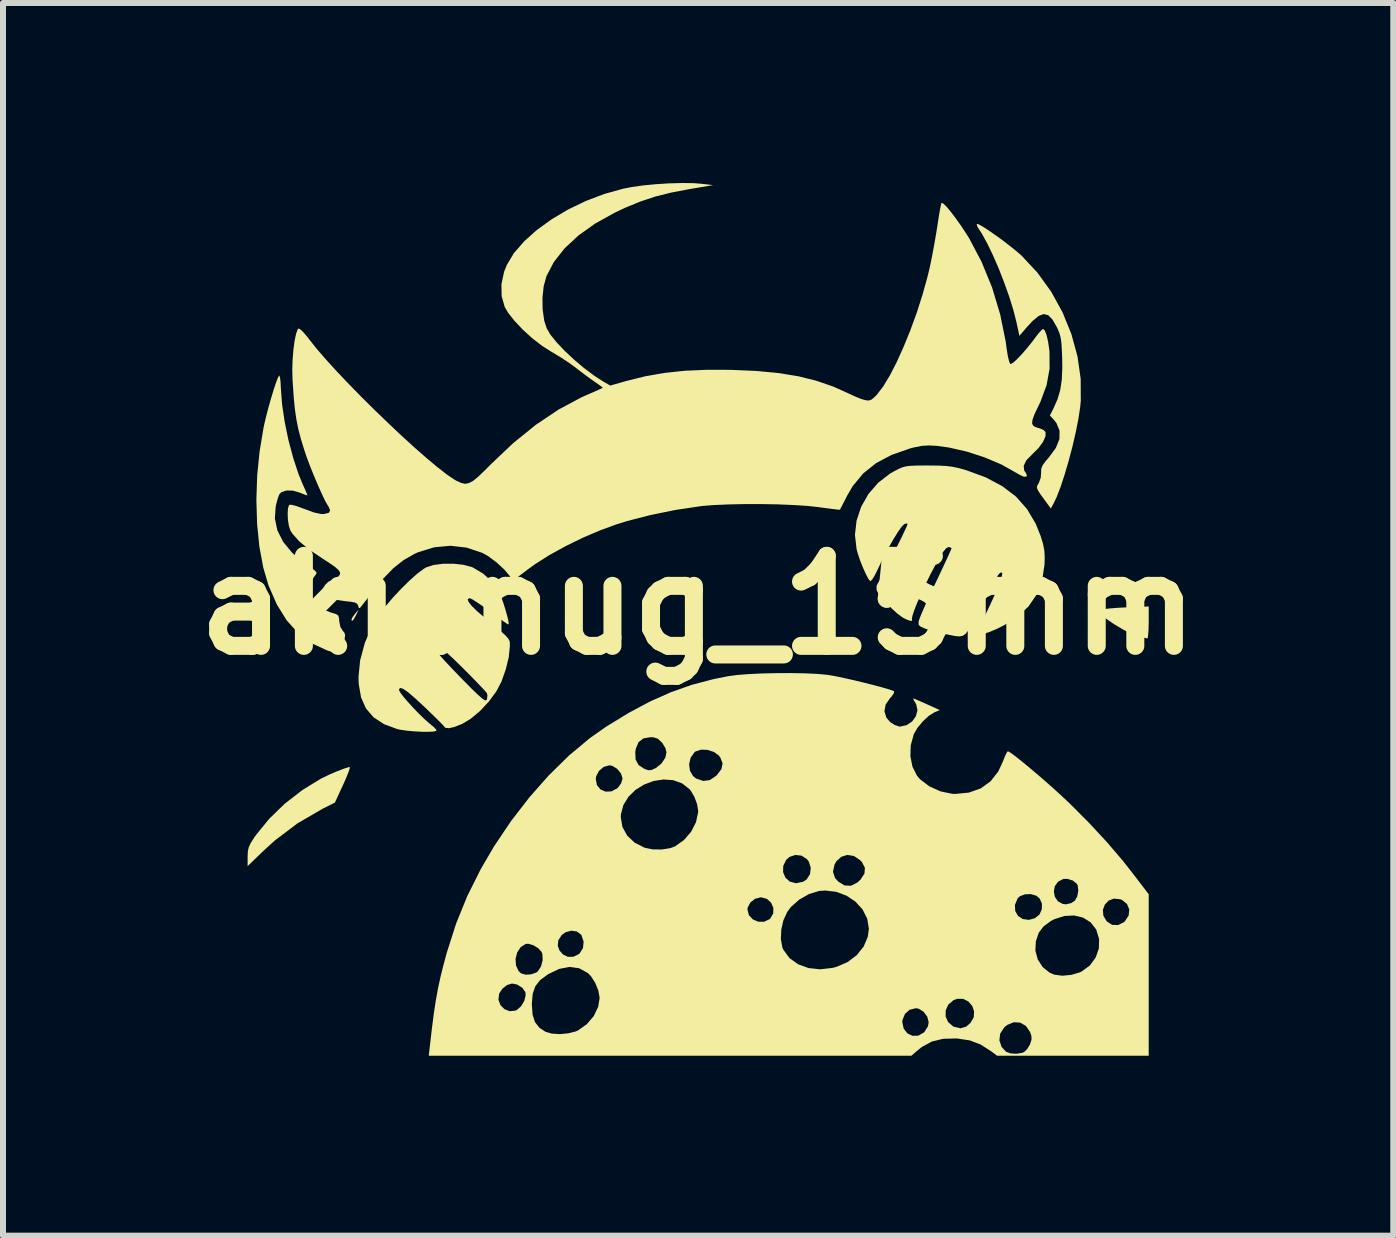
<source format=kicad_pcb>
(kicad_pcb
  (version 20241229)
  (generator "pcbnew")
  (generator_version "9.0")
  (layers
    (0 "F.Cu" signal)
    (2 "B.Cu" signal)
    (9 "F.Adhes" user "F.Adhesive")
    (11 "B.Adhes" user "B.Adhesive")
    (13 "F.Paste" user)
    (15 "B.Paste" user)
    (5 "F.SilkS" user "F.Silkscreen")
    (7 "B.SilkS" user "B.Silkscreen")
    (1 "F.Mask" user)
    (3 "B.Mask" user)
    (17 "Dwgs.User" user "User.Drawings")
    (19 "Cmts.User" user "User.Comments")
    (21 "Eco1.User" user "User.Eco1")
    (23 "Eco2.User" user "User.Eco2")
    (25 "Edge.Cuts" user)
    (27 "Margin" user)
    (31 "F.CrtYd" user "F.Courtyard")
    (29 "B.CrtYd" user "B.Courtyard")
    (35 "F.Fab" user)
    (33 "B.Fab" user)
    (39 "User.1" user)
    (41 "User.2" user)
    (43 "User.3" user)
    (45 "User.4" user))
  (footprint "akisnug_15mm"
    (layer "F.Cu")
    (at 8.586 7.036)
    (property "Reference" "akisnug_15mm" (at 0 0 0) (layer "F.SilkS") (effects (font (size 1.5 1.5) (thickness 0.3))))
    (attr board_only exclude_from_pos_files exclude_from_bom)
    (fp_poly (pts (xy -5.704 0.169) (xy -5.744 0.241) (xy -5.77 0.263) (xy -5.778 0.238) (xy -5.76 0.199) (xy -5.718 0.143) (xy -5.718 0.143) (xy -5.658 0.073)) (stroke (width 0) (type solid)) (fill yes) (layer "F.SilkS"))
    (fp_poly (pts (xy 7.509 0.289) (xy 7.506 0.406) (xy 7.5 0.497) (xy 7.492 0.548) (xy 7.487 0.555) (xy 7.448 0.546) (xy 7.372 0.527) (xy 7.309 0.51) (xy 7.206 0.47) (xy 7.074 0.402) (xy 6.93 0.315) (xy 6.888 0.287) (xy 6.773 0.208) (xy 6.7 0.154) (xy 6.665 0.12) (xy 6.66 0.099) (xy 6.68 0.084) (xy 6.691 0.079) (xy 6.747 0.067) (xy 6.846 0.056) (xy 6.977 0.045) (xy 7.125 0.037) (xy 7.135 0.037) (xy 7.509 0.022)) (stroke (width 0) (type solid)) (fill yes) (layer "F.SilkS"))
    (fp_poly (pts (xy -5.808 2.723) (xy -5.831 2.79) (xy -5.871 2.889) (xy -5.918 2.995) (xy -6.055 3.291) (xy -6.261 3.394) (xy -6.675 3.634) (xy -7.056 3.922) (xy -7.232 4.082) (xy -7.509 4.349) (xy -7.509 4.188) (xy -7.505 4.103) (xy -7.49 4.034) (xy -7.456 3.962) (xy -7.397 3.869) (xy -7.365 3.825) (xy -7.148 3.559) (xy -6.887 3.306) (xy -6.596 3.081) (xy -6.291 2.894) (xy -6.255 2.876) (xy -6.137 2.819) (xy -6.017 2.768) (xy -5.91 2.727) (xy -5.832 2.702) (xy -5.806 2.698)) (stroke (width 0) (type solid)) (fill yes) (layer "F.SilkS"))
    (fp_poly (pts (xy 4.675 -6.347) (xy 4.742 -6.31) (xy 4.837 -6.249) (xy 4.949 -6.171) (xy 5.07 -6.084) (xy 5.189 -5.992) (xy 5.298 -5.905) (xy 5.388 -5.827) (xy 5.392 -5.823) (xy 5.655 -5.541) (xy 5.884 -5.224) (xy 6.073 -4.88) (xy 6.22 -4.519) (xy 6.322 -4.147) (xy 6.375 -3.774) (xy 6.377 -3.408) (xy 6.367 -3.3) (xy 6.337 -3.104) (xy 6.293 -2.881) (xy 6.238 -2.644) (xy 6.175 -2.406) (xy 6.108 -2.178) (xy 6.041 -1.973) (xy 5.976 -1.805) (xy 5.93 -1.707) (xy 5.878 -1.611) (xy 5.777 -1.749) (xy 5.704 -1.849) (xy 5.662 -1.915) (xy 5.646 -1.958) (xy 5.651 -1.993) (xy 5.674 -2.031) (xy 5.677 -2.036) (xy 5.709 -2.121) (xy 5.716 -2.209) (xy 5.717 -2.271) (xy 5.74 -2.33) (xy 5.792 -2.402) (xy 5.845 -2.463) (xy 5.961 -2.62) (xy 6.021 -2.769) (xy 6.023 -2.909) (xy 5.969 -3.039) (xy 5.922 -3.097) (xy 5.862 -3.161) (xy 5.92 -3.275) (xy 5.988 -3.429) (xy 6.034 -3.584) (xy 6.06 -3.755) (xy 6.069 -3.958) (xy 6.067 -4.102) (xy 6.061 -4.262) (xy 6.053 -4.378) (xy 6.04 -4.465) (xy 6.02 -4.537) (xy 5.99 -4.609) (xy 5.976 -4.637) (xy 5.905 -4.761) (xy 5.834 -4.833) (xy 5.758 -4.852) (xy 5.672 -4.819) (xy 5.57 -4.733) (xy 5.48 -4.636) (xy 5.354 -4.489) (xy 5.304 -4.719) (xy 5.254 -4.916) (xy 5.185 -5.139) (xy 5.101 -5.375) (xy 5.009 -5.611) (xy 4.912 -5.834) (xy 4.816 -6.033) (xy 4.727 -6.194) (xy 4.686 -6.256) (xy 4.651 -6.315) (xy 4.642 -6.352) (xy 4.644 -6.355)) (stroke (width 0) (type solid)) (fill yes) (layer "F.SilkS"))
    (fp_poly (pts (xy -6.969 -3.794) (xy -6.96 -3.718) (xy -6.955 -3.616) (xy -6.955 -3.616) (xy -6.935 -3.352) (xy -6.892 -3.058) (xy -6.829 -2.753) (xy -6.75 -2.456) (xy -6.661 -2.186) (xy -6.596 -2.027) (xy -6.554 -1.933) (xy -6.524 -1.863) (xy -6.511 -1.831) (xy -6.511 -1.83) (xy -6.535 -1.835) (xy -6.596 -1.858) (xy -6.636 -1.874) (xy -6.755 -1.909) (xy -6.864 -1.911) (xy -6.947 -1.883) (xy -6.981 -1.847) (xy -7.004 -1.788) (xy -7.029 -1.697) (xy -7.041 -1.646) (xy -7.055 -1.445) (xy -7.013 -1.246) (xy -6.916 -1.054) (xy -6.767 -0.873) (xy -6.568 -0.706) (xy -6.545 -0.69) (xy -6.445 -0.621) (xy -6.386 -0.575) (xy -6.361 -0.544) (xy -6.365 -0.519) (xy -6.389 -0.489) (xy -6.392 -0.486) (xy -6.471 -0.367) (xy -6.496 -0.246) (xy -6.469 -0.129) (xy -6.393 -0.023) (xy -6.273 0.064) (xy -6.122 0.122) (xy -6.039 0.147) (xy -5.998 0.174) (xy -5.985 0.219) (xy -5.983 0.261) (xy -5.964 0.361) (xy -5.926 0.423) (xy -5.896 0.46) (xy -5.884 0.497) (xy -5.891 0.552) (xy -5.916 0.644) (xy -5.919 0.653) (xy -5.948 0.741) (xy -5.971 0.802) (xy -5.983 0.819) (xy -6.016 0.81) (xy -6.089 0.786) (xy -6.187 0.752) (xy -6.191 0.751) (xy -6.442 0.635) (xy -6.663 0.47) (xy -6.856 0.256) (xy -7.021 -0.009) (xy -7.159 -0.325) (xy -7.16 -0.326) (xy -7.249 -0.63) (xy -7.313 -0.975) (xy -7.351 -1.352) (xy -7.363 -1.75) (xy -7.35 -2.158) (xy -7.309 -2.565) (xy -7.243 -2.961) (xy -7.23 -3.021) (xy -7.197 -3.16) (xy -7.158 -3.308) (xy -7.116 -3.455) (xy -7.075 -3.591) (xy -7.037 -3.705) (xy -7.006 -3.787) (xy -6.985 -3.826) (xy -6.981 -3.828)) (stroke (width 0) (type solid)) (fill yes) (layer "F.SilkS"))
    (fp_poly (pts (xy -3.915 -0.673) (xy -3.776 -0.637) (xy -3.751 -0.626) (xy -3.581 -0.524) (xy -3.435 -0.391) (xy -3.329 -0.242) (xy -3.323 -0.23) (xy -3.288 -0.149) (xy -3.25 -0.046) (xy -3.215 0.065) (xy -3.185 0.171) (xy -3.164 0.257) (xy -3.157 0.311) (xy -3.162 0.322) (xy -3.192 0.306) (xy -3.259 0.26) (xy -3.353 0.193) (xy -3.465 0.11) (xy -3.475 0.102) (xy -3.59 0.018) (xy -3.691 -0.051) (xy -3.766 -0.098) (xy -3.806 -0.117) (xy -3.807 -0.117) (xy -3.841 -0.101) (xy -3.828 -0.056) (xy -3.773 0.014) (xy -3.678 0.106) (xy -3.637 0.141) (xy -3.475 0.276) (xy -3.353 0.379) (xy -3.264 0.456) (xy -3.204 0.512) (xy -3.167 0.555) (xy -3.147 0.589) (xy -3.139 0.62) (xy -3.139 0.655) (xy -3.139 0.684) (xy -3.156 0.865) (xy -3.206 1.068) (xy -3.278 1.273) (xy -3.365 1.439) (xy -3.49 1.608) (xy -3.638 1.766) (xy -3.796 1.897) (xy -3.932 1.978) (xy -4.059 2.029) (xy -4.156 2.051) (xy -4.216 2.043) (xy -4.228 2.029) (xy -4.252 2.001) (xy -4.311 1.94) (xy -4.397 1.855) (xy -4.503 1.752) (xy -4.567 1.691) (xy -4.717 1.552) (xy -4.83 1.455) (xy -4.911 1.398) (xy -4.961 1.379) (xy -4.984 1.397) (xy -4.986 1.415) (xy -4.966 1.455) (xy -4.913 1.525) (xy -4.836 1.615) (xy -4.745 1.715) (xy -4.649 1.814) (xy -4.557 1.903) (xy -4.479 1.971) (xy -4.47 1.978) (xy -4.403 2.034) (xy -4.365 2.077) (xy -4.361 2.093) (xy -4.404 2.105) (xy -4.489 2.111) (xy -4.603 2.11) (xy -4.73 2.103) (xy -4.855 2.092) (xy -4.964 2.076) (xy -5.015 2.065) (xy -5.236 1.983) (xy -5.409 1.87) (xy -5.536 1.723) (xy -5.618 1.539) (xy -5.657 1.315) (xy -5.661 1.202) (xy -5.634 0.919) (xy -5.575 0.702) (xy -4.383 0.702) (xy -4.379 0.733) (xy -4.341 0.791) (xy -4.337 0.798) (xy -4.294 0.849) (xy -4.218 0.934) (xy -4.118 1.041) (xy -4.001 1.163) (xy -3.906 1.26) (xy -3.775 1.392) (xy -3.678 1.486) (xy -3.61 1.547) (xy -3.566 1.58) (xy -3.539 1.588) (xy -3.524 1.576) (xy -3.52 1.569) (xy -3.512 1.502) (xy -3.521 1.467) (xy -3.549 1.432) (xy -3.612 1.365) (xy -3.702 1.271) (xy -3.812 1.158) (xy -3.926 1.044) (xy -4.074 0.899) (xy -4.188 0.794) (xy -4.269 0.725) (xy -4.324 0.69) (xy -4.355 0.685) (xy -4.383 0.702) (xy -5.575 0.702) (xy -5.555 0.627) (xy -5.428 0.335) (xy -5.395 0.275) (xy -5.317 0.156) (xy -5.21 0.018) (xy -5.084 -0.13) (xy -4.947 -0.276) (xy -4.81 -0.411) (xy -4.683 -0.524) (xy -4.575 -0.605) (xy -4.531 -0.631) (xy -4.409 -0.67) (xy -4.252 -0.69) (xy -4.08 -0.691)) (stroke (width 0) (type solid)) (fill yes) (layer "F.SilkS"))
    (fp_poly (pts (xy 3.998 -2.326) (xy 4.128 -2.32) (xy 4.237 -2.307) (xy 4.342 -2.285) (xy 4.462 -2.251) (xy 4.472 -2.248) (xy 4.797 -2.128) (xy 5.071 -1.982) (xy 5.299 -1.807) (xy 5.482 -1.6) (xy 5.625 -1.359) (xy 5.707 -1.155) (xy 5.748 -1.022) (xy 5.769 -0.912) (xy 5.776 -0.796) (xy 5.772 -0.675) (xy 5.733 -0.414) (xy 5.644 -0.181) (xy 5.504 0.023) (xy 5.312 0.2) (xy 5.103 0.332) (xy 4.978 0.395) (xy 4.857 0.446) (xy 4.753 0.481) (xy 4.678 0.497) (xy 4.647 0.492) (xy 4.652 0.46) (xy 4.679 0.389) (xy 4.723 0.292) (xy 4.746 0.245) (xy 4.832 0.067) (xy 4.912 -0.105) (xy 4.98 -0.26) (xy 5.031 -0.388) (xy 5.06 -0.475) (xy 5.06 -0.477) (xy 5.069 -0.533) (xy 5.052 -0.545) (xy 5.032 -0.539) (xy 5.004 -0.508) (xy 4.956 -0.433) (xy 4.891 -0.321) (xy 4.815 -0.181) (xy 4.733 -0.022) (xy 4.72 0.004) (xy 4.63 0.185) (xy 4.561 0.321) (xy 4.505 0.416) (xy 4.457 0.478) (xy 4.408 0.511) (xy 4.351 0.521) (xy 4.28 0.514) (xy 4.186 0.495) (xy 4.121 0.482) (xy 3.995 0.454) (xy 3.871 0.42) (xy 3.788 0.393) (xy 3.711 0.36) (xy 3.676 0.33) (xy 3.673 0.286) (xy 3.677 0.261) (xy 3.695 0.21) (xy 3.734 0.115) (xy 3.79 -0.013) (xy 3.86 -0.167) (xy 3.939 -0.335) (xy 3.959 -0.376) (xy 4.038 -0.542) (xy 4.107 -0.69) (xy 4.164 -0.812) (xy 4.203 -0.9) (xy 4.222 -0.945) (xy 4.224 -0.949) (xy 4.199 -0.965) (xy 4.17 -0.968) (xy 4.133 -0.948) (xy 4.082 -0.887) (xy 4.014 -0.778) (xy 3.952 -0.667) (xy 3.869 -0.51) (xy 3.789 -0.347) (xy 3.715 -0.187) (xy 3.651 -0.041) (xy 3.602 0.083) (xy 3.571 0.176) (xy 3.562 0.229) (xy 3.564 0.235) (xy 3.565 0.261) (xy 3.527 0.259) (xy 3.46 0.233) (xy 3.405 0.203) (xy 3.323 0.143) (xy 3.23 0.059) (xy 3.136 -0.036) (xy 3.053 -0.129) (xy 2.995 -0.209) (xy 2.974 -0.252) (xy 2.973 -0.32) (xy 2.99 -0.358) (xy 3.014 -0.397) (xy 3.058 -0.477) (xy 3.116 -0.587) (xy 3.184 -0.718) (xy 3.255 -0.858) (xy 3.325 -0.999) (xy 3.389 -1.128) (xy 3.441 -1.238) (xy 3.477 -1.316) (xy 3.49 -1.352) (xy 3.49 -1.353) (xy 3.469 -1.364) (xy 3.434 -1.35) (xy 3.393 -1.31) (xy 3.333 -1.226) (xy 3.26 -1.109) (xy 3.18 -0.968) (xy 3.098 -0.815) (xy 3.021 -0.657) (xy 2.992 -0.595) (xy 2.944 -0.498) (xy 2.901 -0.429) (xy 2.872 -0.4) (xy 2.867 -0.401) (xy 2.835 -0.441) (xy 2.793 -0.522) (xy 2.745 -0.629) (xy 2.698 -0.748) (xy 2.659 -0.864) (xy 2.64 -0.935) (xy 2.613 -1.172) (xy 2.64 -1.409) (xy 2.716 -1.639) (xy 2.838 -1.853) (xy 3 -2.04) (xy 3.198 -2.193) (xy 3.263 -2.23) (xy 3.339 -2.27) (xy 3.402 -2.297) (xy 3.466 -2.314) (xy 3.545 -2.323) (xy 3.653 -2.327) (xy 3.804 -2.328) (xy 3.827 -2.328)) (stroke (width 0) (type solid)) (fill yes) (layer "F.SilkS"))
    (fp_poly (pts (xy -0.069 -7.033) (xy 0.044 -7.024) (xy 0.249 -7.001) (xy -0.147 -6.934) (xy -0.452 -6.876) (xy -0.719 -6.809) (xy -0.97 -6.725) (xy -1.224 -6.62) (xy -1.393 -6.54) (xy -1.717 -6.36) (xy -1.996 -6.161) (xy -2.226 -5.947) (xy -2.405 -5.72) (xy -2.528 -5.485) (xy -2.574 -5.319) (xy -2.595 -5.125) (xy -2.592 -4.925) (xy -2.565 -4.739) (xy -2.524 -4.613) (xy -2.461 -4.506) (xy -2.357 -4.378) (xy -2.223 -4.237) (xy -2.068 -4.092) (xy -1.903 -3.952) (xy -1.737 -3.828) (xy -1.594 -3.735) (xy -1.465 -3.66) (xy -1.195 -3.737) (xy -0.88 -3.815) (xy -0.56 -3.871) (xy -0.221 -3.907) (xy 0.15 -3.923) (xy 0.543 -3.922) (xy 0.963 -3.904) (xy 1.335 -3.869) (xy 1.669 -3.815) (xy 1.971 -3.74) (xy 2.252 -3.643) (xy 2.508 -3.528) (xy 2.615 -3.478) (xy 2.717 -3.437) (xy 2.78 -3.418) (xy 2.842 -3.41) (xy 2.891 -3.427) (xy 2.947 -3.475) (xy 2.979 -3.509) (xy 3.083 -3.644) (xy 3.194 -3.827) (xy 3.309 -4.051) (xy 3.424 -4.306) (xy 3.537 -4.583) (xy 3.643 -4.874) (xy 3.738 -5.171) (xy 3.82 -5.464) (xy 3.858 -5.622) (xy 3.896 -5.804) (xy 3.935 -6.012) (xy 3.97 -6.217) (xy 3.988 -6.329) (xy 4.009 -6.468) (xy 4.029 -6.585) (xy 4.045 -6.667) (xy 4.055 -6.704) (xy 4.055 -6.705) (xy 4.083 -6.695) (xy 4.137 -6.644) (xy 4.208 -6.559) (xy 4.292 -6.449) (xy 4.382 -6.322) (xy 4.471 -6.187) (xy 4.516 -6.115) (xy 4.724 -5.721) (xy 4.899 -5.293) (xy 5.034 -4.844) (xy 5.126 -4.39) (xy 5.139 -4.292) (xy 5.16 -4.157) (xy 5.182 -4.064) (xy 5.202 -4.021) (xy 5.208 -4.018) (xy 5.248 -4.04) (xy 5.314 -4.099) (xy 5.397 -4.186) (xy 5.488 -4.292) (xy 5.579 -4.405) (xy 5.612 -4.451) (xy 5.673 -4.53) (xy 5.723 -4.585) (xy 5.748 -4.605) (xy 5.777 -4.577) (xy 5.806 -4.503) (xy 5.832 -4.392) (xy 5.852 -4.256) (xy 5.855 -4.226) (xy 5.857 -3.943) (xy 5.807 -3.667) (xy 5.704 -3.388) (xy 5.672 -3.322) (xy 5.606 -3.184) (xy 5.571 -3.087) (xy 5.566 -3.023) (xy 5.592 -2.983) (xy 5.65 -2.958) (xy 5.69 -2.948) (xy 5.756 -2.92) (xy 5.79 -2.885) (xy 5.789 -2.814) (xy 5.747 -2.721) (xy 5.672 -2.618) (xy 5.571 -2.518) (xy 5.569 -2.516) (xy 5.469 -2.414) (xy 5.425 -2.321) (xy 5.435 -2.24) (xy 5.461 -2.206) (xy 5.479 -2.161) (xy 5.469 -2.143) (xy 5.427 -2.141) (xy 5.349 -2.177) (xy 5.294 -2.21) (xy 5.055 -2.344) (xy 4.777 -2.462) (xy 4.479 -2.559) (xy 4.181 -2.627) (xy 3.981 -2.655) (xy 3.844 -2.662) (xy 3.726 -2.655) (xy 3.596 -2.629) (xy 3.531 -2.612) (xy 3.225 -2.505) (xy 2.965 -2.367) (xy 2.75 -2.195) (xy 2.577 -1.986) (xy 2.479 -1.818) (xy 2.428 -1.717) (xy 2.388 -1.639) (xy 2.365 -1.596) (xy 2.363 -1.591) (xy 2.333 -1.592) (xy 2.257 -1.601) (xy 2.145 -1.615) (xy 2.01 -1.633) (xy 2.007 -1.634) (xy 1.821 -1.654) (xy 1.591 -1.669) (xy 1.33 -1.68) (xy 1.053 -1.685) (xy 0.775 -1.685) (xy 0.508 -1.679) (xy 0.267 -1.669) (xy 0.067 -1.653) (xy 0.029 -1.648) (xy -0.384 -1.586) (xy -0.795 -1.502) (xy -1.181 -1.403) (xy -1.356 -1.349) (xy -1.632 -1.248) (xy -1.923 -1.124) (xy -2.211 -0.983) (xy -2.481 -0.834) (xy -2.716 -0.685) (xy -2.812 -0.616) (xy -3.087 -0.409) (xy -3.133 -0.476) (xy -3.233 -0.596) (xy -3.365 -0.717) (xy -3.506 -0.821) (xy -3.599 -0.872) (xy -3.859 -0.959) (xy -4.127 -0.99) (xy -4.398 -0.965) (xy -4.665 -0.883) (xy -4.73 -0.854) (xy -4.91 -0.751) (xy -5.08 -0.616) (xy -5.251 -0.44) (xy -5.383 -0.279) (xy -5.464 -0.174) (xy -5.536 -0.08) (xy -5.589 -0.013) (xy -5.605 0.008) (xy -5.64 0.05) (xy -5.656 0.045) (xy -5.667 0.009) (xy -5.685 -0.025) (xy -5.727 -0.046) (xy -5.806 -0.059) (xy -5.871 -0.065) (xy -6.029 -0.089) (xy -6.153 -0.131) (xy -6.235 -0.187) (xy -6.259 -0.223) (xy -6.253 -0.277) (xy -6.215 -0.34) (xy -6.161 -0.392) (xy -6.113 -0.411) (xy -6.066 -0.428) (xy -6.012 -0.464) (xy -5.975 -0.503) (xy -5.967 -0.541) (xy -5.993 -0.585) (xy -6.058 -0.642) (xy -6.166 -0.716) (xy -6.262 -0.778) (xy -6.484 -0.927) (xy -6.649 -1.064) (xy -6.761 -1.189) (xy -6.797 -1.246) (xy -6.821 -1.32) (xy -6.837 -1.42) (xy -6.842 -1.525) (xy -6.836 -1.615) (xy -6.818 -1.669) (xy -6.816 -1.672) (xy -6.778 -1.673) (xy -6.699 -1.653) (xy -6.591 -1.614) (xy -6.562 -1.603) (xy -6.401 -1.544) (xy -6.282 -1.519) (xy -6.232 -1.52) (xy -6.156 -1.539) (xy -6.133 -1.579) (xy -6.161 -1.644) (xy -6.172 -1.66) (xy -6.213 -1.731) (xy -6.268 -1.845) (xy -6.332 -1.988) (xy -6.4 -2.148) (xy -6.466 -2.311) (xy -6.524 -2.466) (xy -6.566 -2.591) (xy -6.622 -2.774) (xy -6.665 -2.938) (xy -6.697 -3.099) (xy -6.722 -3.27) (xy -6.741 -3.468) (xy -6.757 -3.706) (xy -6.761 -3.769) (xy -6.765 -3.929) (xy -6.759 -4.096) (xy -6.746 -4.259) (xy -6.726 -4.405) (xy -6.702 -4.522) (xy -6.675 -4.596) (xy -6.664 -4.61) (xy -6.635 -4.601) (xy -6.58 -4.549) (xy -6.506 -4.461) (xy -6.475 -4.42) (xy -6.352 -4.266) (xy -6.198 -4.088) (xy -6.018 -3.891) (xy -5.819 -3.682) (xy -5.606 -3.464) (xy -5.384 -3.244) (xy -5.159 -3.028) (xy -4.938 -2.819) (xy -4.725 -2.625) (xy -4.526 -2.451) (xy -4.347 -2.301) (xy -4.193 -2.181) (xy -4.07 -2.097) (xy -4.027 -2.072) (xy -3.952 -2.038) (xy -3.887 -2.023) (xy -3.824 -2.033) (xy -3.753 -2.07) (xy -3.667 -2.14) (xy -3.555 -2.247) (xy -3.463 -2.34) (xy -3.087 -2.697) (xy -2.707 -3.005) (xy -2.325 -3.261) (xy -1.947 -3.463) (xy -1.88 -3.493) (xy -1.763 -3.544) (xy -1.668 -3.586) (xy -1.607 -3.614) (xy -1.591 -3.622) (xy -1.608 -3.64) (xy -1.662 -3.68) (xy -1.708 -3.711) (xy -1.793 -3.771) (xy -1.902 -3.851) (xy -2.013 -3.936) (xy -2.024 -3.945) (xy -2.145 -4.034) (xy -2.29 -4.13) (xy -2.431 -4.215) (xy -2.449 -4.225) (xy -2.606 -4.325) (xy -2.768 -4.451) (xy -2.923 -4.592) (xy -3.06 -4.737) (xy -3.168 -4.874) (xy -3.224 -4.97) (xy -3.275 -5.149) (xy -3.279 -5.347) (xy -3.235 -5.555) (xy -3.189 -5.67) (xy -3.071 -5.867) (xy -2.901 -6.063) (xy -2.689 -6.253) (xy -2.441 -6.432) (xy -2.166 -6.595) (xy -1.871 -6.737) (xy -1.563 -6.854) (xy -1.252 -6.94) (xy -1.118 -6.967) (xy -0.925 -6.995) (xy -0.706 -7.016) (xy -0.479 -7.03) (xy -0.26 -7.036)) (stroke (width 0) (type solid)) (fill yes) (layer "F.SilkS"))
    (fp_poly (pts (xy 1.774 1.136) (xy 1.979 1.145) (xy 2.145 1.16) (xy 2.2 1.168) (xy 2.311 1.189) (xy 2.449 1.218) (xy 2.604 1.253) (xy 2.764 1.292) (xy 2.919 1.331) (xy 3.058 1.368) (xy 3.169 1.4) (xy 3.242 1.424) (xy 3.265 1.435) (xy 3.261 1.468) (xy 3.223 1.523) (xy 3.199 1.548) (xy 3.125 1.655) (xy 3.104 1.768) (xy 3.137 1.875) (xy 3.199 1.948) (xy 3.276 1.997) (xy 3.351 2.023) (xy 3.363 2.024) (xy 3.474 2) (xy 3.565 1.939) (xy 3.628 1.852) (xy 3.655 1.753) (xy 3.635 1.655) (xy 3.622 1.632) (xy 3.591 1.579) (xy 3.585 1.555) (xy 3.586 1.555) (xy 3.617 1.566) (xy 3.688 1.596) (xy 3.785 1.639) (xy 3.814 1.652) (xy 4.027 1.749) (xy 3.935 1.787) (xy 3.844 1.844) (xy 3.745 1.936) (xy 3.656 2.043) (xy 3.595 2.147) (xy 3.593 2.152) (xy 3.543 2.335) (xy 3.537 2.52) (xy 3.572 2.694) (xy 3.648 2.843) (xy 3.696 2.9) (xy 3.852 3.019) (xy 4.038 3.103) (xy 4.233 3.144) (xy 4.282 3.146) (xy 4.512 3.124) (xy 4.71 3.054) (xy 4.873 2.936) (xy 5.001 2.773) (xy 5.075 2.614) (xy 5.111 2.523) (xy 5.142 2.458) (xy 5.161 2.434) (xy 5.197 2.453) (xy 5.27 2.505) (xy 5.371 2.585) (xy 5.494 2.685) (xy 5.631 2.801) (xy 5.775 2.925) (xy 5.919 3.052) (xy 6.055 3.176) (xy 6.176 3.29) (xy 6.186 3.299) (xy 6.519 3.633) (xy 6.814 3.951) (xy 7.083 4.266) (xy 7.27 4.505) (xy 7.509 4.818) (xy 7.509 6.163) (xy 7.509 7.509) (xy 6.245 7.509) (xy 4.982 7.509) (xy 4.889 7.439) (xy 4.708 7.323) (xy 4.528 7.254) (xy 4.52 7.253) (xy 5.02 7.253) (xy 5.057 7.362) (xy 5.13 7.442) (xy 5.204 7.47) (xy 5.303 7.477) (xy 5.399 7.461) (xy 5.431 7.448) (xy 5.482 7.4) (xy 5.528 7.325) (xy 5.532 7.316) (xy 5.557 7.237) (xy 5.552 7.172) (xy 5.532 7.115) (xy 5.463 7.013) (xy 5.368 6.958) (xy 5.259 6.951) (xy 5.151 6.996) (xy 5.101 7.037) (xy 5.034 7.14) (xy 5.02 7.253) (xy 4.52 7.253) (xy 4.325 7.223) (xy 4.308 7.221) (xy 4.083 7.227) (xy 3.893 7.273) (xy 3.727 7.364) (xy 3.673 7.407) (xy 3.554 7.509) (xy -0.468 7.509) (xy -4.49 7.509) (xy -4.474 7.369) (xy -4.439 7.066) (xy -4.406 6.808) (xy -4.372 6.584) (xy -4.37 6.575) (xy -3.329 6.575) (xy -3.296 6.665) (xy -3.23 6.732) (xy -3.143 6.767) (xy -3.048 6.758) (xy -3.022 6.747) (xy -2.951 6.684) (xy -2.934 6.656) (xy -2.772 6.656) (xy -2.76 6.824) (xy -2.72 6.949) (xy -2.647 7.042) (xy -2.545 7.11) (xy -2.441 7.14) (xy -2.306 7.149) (xy -2.165 7.136) (xy -2.039 7.104) (xy -2.004 7.088) (xy -1.857 6.985) (xy -1.828 6.951) (xy 3.402 6.951) (xy 3.426 7.059) (xy 3.487 7.137) (xy 3.572 7.177) (xy 3.668 7.175) (xy 3.76 7.123) (xy 3.77 7.114) (xy 3.83 7.019) (xy 3.842 6.951) (xy 3.818 6.858) (xy 3.814 6.853) (xy 4.124 6.853) (xy 4.165 6.948) (xy 4.248 7.019) (xy 4.265 7.027) (xy 4.373 7.052) (xy 4.466 7.025) (xy 4.539 6.962) (xy 4.593 6.868) (xy 4.599 6.769) (xy 4.567 6.678) (xy 4.504 6.606) (xy 4.419 6.562) (xy 4.319 6.56) (xy 4.257 6.583) (xy 4.17 6.655) (xy 4.126 6.751) (xy 4.124 6.853) (xy 3.814 6.853) (xy 3.758 6.777) (xy 3.677 6.726) (xy 3.628 6.717) (xy 3.524 6.743) (xy 3.446 6.813) (xy 3.405 6.914) (xy 3.402 6.951) (xy -1.828 6.951) (xy -1.741 6.85) (xy -1.667 6.696) (xy -1.642 6.546) (xy -1.663 6.426) (xy -1.715 6.297) (xy -1.787 6.183) (xy -1.84 6.13) (xy -1.984 6.051) (xy -2.143 6.029) (xy -2.316 6.062) (xy -2.502 6.151) (xy -2.504 6.153) (xy -2.632 6.247) (xy -2.714 6.35) (xy -2.758 6.477) (xy -2.772 6.642) (xy -2.772 6.656) (xy -2.934 6.656) (xy -2.898 6.595) (xy -2.875 6.501) (xy -2.88 6.449) (xy -2.933 6.375) (xy -3.02 6.322) (xy -3.104 6.306) (xy -3.185 6.331) (xy -3.264 6.393) (xy -3.317 6.474) (xy -3.317 6.476) (xy -3.329 6.575) (xy -4.37 6.575) (xy -4.335 6.381) (xy -4.292 6.185) (xy -4.242 5.985) (xy -4.218 5.897) (xy -3.044 5.897) (xy -3.036 6.005) (xy -2.993 6.098) (xy -2.951 6.137) (xy -2.875 6.159) (xy -2.781 6.152) (xy -2.696 6.122) (xy -2.671 6.102) (xy -2.618 6.019) (xy -2.592 5.915) (xy -2.596 5.816) (xy -2.609 5.781) (xy -2.665 5.717) (xy -2.733 5.676) (xy -2.34 5.676) (xy -2.31 5.758) (xy -2.251 5.823) (xy -2.172 5.86) (xy -2.082 5.861) (xy -1.991 5.817) (xy -1.974 5.802) (xy -1.919 5.714) (xy -1.909 5.607) (xy -1.923 5.567) (xy 1.378 5.567) (xy 1.402 5.702) (xy 1.42 5.743) (xy 1.523 5.883) (xy 1.666 5.985) (xy 1.839 6.048) (xy 2.034 6.069) (xy 2.241 6.045) (xy 2.307 6.028) (xy 2.491 5.948) (xy 2.644 5.833) (xy 2.703 5.758) (xy 5.62 5.758) (xy 5.66 5.905) (xy 5.742 6.032) (xy 5.858 6.125) (xy 5.934 6.158) (xy 6.066 6.176) (xy 6.218 6.162) (xy 6.36 6.12) (xy 6.391 6.106) (xy 6.528 6.005) (xy 6.625 5.873) (xy 6.678 5.722) (xy 6.682 5.562) (xy 6.634 5.406) (xy 6.633 5.405) (xy 6.542 5.287) (xy 6.417 5.208) (xy 6.268 5.172) (xy 6.105 5.18) (xy 5.938 5.233) (xy 5.877 5.265) (xy 5.755 5.355) (xy 5.676 5.46) (xy 5.628 5.602) (xy 5.628 5.603) (xy 5.62 5.758) (xy 2.703 5.758) (xy 2.758 5.69) (xy 2.827 5.528) (xy 2.845 5.392) (xy 2.818 5.225) (xy 2.741 5.073) (xy 2.672 4.997) (xy 5.279 4.997) (xy 5.284 5.097) (xy 5.33 5.179) (xy 5.409 5.231) (xy 5.512 5.245) (xy 5.613 5.217) (xy 5.689 5.155) (xy 5.723 5.078) (xy 6.745 5.078) (xy 6.753 5.175) (xy 6.808 5.268) (xy 6.81 5.27) (xy 6.899 5.328) (xy 6.998 5.332) (xy 7.095 5.284) (xy 7.114 5.266) (xy 7.175 5.171) (xy 7.185 5.071) (xy 7.147 4.98) (xy 7.065 4.913) (xy 7.037 4.902) (xy 6.931 4.89) (xy 6.842 4.923) (xy 6.778 4.99) (xy 6.745 5.078) (xy 5.723 5.078) (xy 5.728 5.068) (xy 5.729 4.973) (xy 5.691 4.888) (xy 5.636 4.842) (xy 5.541 4.815) (xy 5.44 4.82) (xy 5.356 4.855) (xy 5.324 4.887) (xy 5.279 4.997) (xy 2.672 4.997) (xy 2.624 4.943) (xy 2.475 4.843) (xy 2.304 4.778) (xy 2.263 4.773) (xy 5.928 4.773) (xy 5.945 4.861) (xy 5.995 4.935) (xy 6.075 4.979) (xy 6.13 4.986) (xy 6.216 4.966) (xy 6.277 4.927) (xy 6.318 4.855) (xy 6.335 4.76) (xy 6.326 4.673) (xy 6.313 4.646) (xy 6.246 4.59) (xy 6.153 4.561) (xy 6.086 4.563) (xy 5.997 4.61) (xy 5.944 4.684) (xy 5.928 4.773) (xy 2.263 4.773) (xy 2.119 4.756) (xy 2.017 4.763) (xy 1.849 4.814) (xy 1.685 4.907) (xy 1.547 5.029) (xy 1.483 5.115) (xy 1.42 5.253) (xy 1.385 5.41) (xy 1.378 5.567) (xy -1.923 5.567) (xy -1.945 5.502) (xy -1.952 5.491) (xy -2.022 5.438) (xy -2.114 5.425) (xy -2.211 5.452) (xy -2.274 5.498) (xy -2.331 5.586) (xy -2.34 5.676) (xy -2.733 5.676) (xy -2.748 5.667) (xy -2.832 5.643) (xy -2.875 5.646) (xy -2.96 5.701) (xy -3.017 5.79) (xy -3.044 5.897) (xy -4.218 5.897) (xy -4.19 5.793) (xy -4.034 5.306) (xy -3.94 5.074) (xy 0.821 5.074) (xy 0.846 5.168) (xy 0.911 5.237) (xy 1 5.275) (xy 1.097 5.277) (xy 1.187 5.235) (xy 1.203 5.221) (xy 1.251 5.137) (xy 1.253 5.044) (xy 1.216 4.959) (xy 1.146 4.895) (xy 1.05 4.869) (xy 1.045 4.869) (xy 0.949 4.893) (xy 0.87 4.955) (xy 0.826 5.038) (xy 0.821 5.074) (xy -3.94 5.074) (xy -3.848 4.848) (xy -3.648 4.448) (xy 1.415 4.448) (xy 1.453 4.54) (xy 1.526 4.607) (xy 1.629 4.634) (xy 1.635 4.634) (xy 1.752 4.609) (xy 1.809 4.57) (xy 1.865 4.481) (xy 1.869 4.444) (xy 2.247 4.444) (xy 2.281 4.547) (xy 2.336 4.608) (xy 2.442 4.672) (xy 2.549 4.676) (xy 2.654 4.622) (xy 2.706 4.574) (xy 2.771 4.474) (xy 2.779 4.377) (xy 2.728 4.28) (xy 2.701 4.251) (xy 2.597 4.181) (xy 2.487 4.162) (xy 2.384 4.194) (xy 2.3 4.272) (xy 2.271 4.327) (xy 2.247 4.444) (xy 1.869 4.444) (xy 1.876 4.375) (xy 1.843 4.272) (xy 1.813 4.233) (xy 1.724 4.175) (xy 1.621 4.163) (xy 1.523 4.195) (xy 1.469 4.242) (xy 1.418 4.344) (xy 1.415 4.448) (xy -3.648 4.448) (xy -3.624 4.4) (xy -3.404 4.023) (xy -3.122 3.603) (xy -3.071 3.537) (xy -1.29 3.537) (xy -1.262 3.697) (xy -1.183 3.841) (xy -1.059 3.958) (xy -0.896 4.041) (xy -0.895 4.042) (xy -0.758 4.07) (xy -0.605 4.072) (xy -0.463 4.049) (xy -0.387 4.021) (xy -0.238 3.916) (xy -0.118 3.777) (xy -0.036 3.617) (xy -0.001 3.451) (xy 0 3.427) (xy -0.018 3.317) (xy -0.063 3.195) (xy -0.124 3.091) (xy -0.14 3.07) (xy -0.266 2.971) (xy -0.415 2.917) (xy -0.576 2.905) (xy -0.741 2.93) (xy -0.9 2.989) (xy -1.044 3.078) (xy -1.162 3.194) (xy -1.247 3.332) (xy -1.288 3.488) (xy -1.29 3.537) (xy -3.071 3.537) (xy -2.815 3.205) (xy -2.542 2.896) (xy -1.707 2.896) (xy -1.687 3) (xy -1.627 3.072) (xy -1.542 3.108) (xy -1.445 3.104) (xy -1.35 3.053) (xy -1.333 3.037) (xy -1.283 2.966) (xy -1.261 2.892) (xy -1.261 2.889) (xy -1.286 2.805) (xy -1.349 2.729) (xy -1.43 2.678) (xy -1.478 2.669) (xy -1.574 2.695) (xy -1.654 2.763) (xy -1.701 2.855) (xy -1.707 2.896) (xy -2.542 2.896) (xy -2.489 2.836) (xy -2.152 2.505) (xy -2.078 2.444) (xy -1.048 2.444) (xy -1.043 2.572) (xy -0.993 2.665) (xy -0.895 2.729) (xy -0.895 2.729) (xy -0.831 2.751) (xy -0.781 2.748) (xy -0.713 2.718) (xy -0.707 2.715) (xy -0.626 2.651) (xy -0.151 2.651) (xy -0.137 2.76) (xy -0.084 2.85) (xy -0.034 2.889) (xy 0.086 2.93) (xy 0.195 2.915) (xy 0.301 2.843) (xy 0.311 2.833) (xy 0.388 2.732) (xy 0.407 2.636) (xy 0.37 2.541) (xy 0.344 2.506) (xy 0.262 2.446) (xy 0.156 2.412) (xy 0.048 2.408) (xy -0.042 2.437) (xy -0.06 2.45) (xy -0.126 2.543) (xy -0.151 2.651) (xy -0.626 2.651) (xy -0.612 2.64) (xy -0.547 2.541) (xy -0.528 2.452) (xy -0.546 2.383) (xy -0.592 2.305) (xy -0.604 2.29) (xy -0.673 2.226) (xy -0.749 2.202) (xy -0.791 2.2) (xy -0.912 2.22) (xy -0.993 2.282) (xy -1.039 2.39) (xy -1.048 2.444) (xy -2.078 2.444) (xy -1.809 2.219) (xy -1.54 2.029) (xy -1.159 1.796) (xy -0.801 1.605) (xy -0.454 1.451) (xy -0.107 1.328) (xy 0.254 1.233) (xy 0.499 1.184) (xy 0.647 1.164) (xy 0.84 1.149) (xy 1.063 1.138) (xy 1.302 1.133) (xy 1.543 1.132)) (stroke (width 0) (type solid)) (fill yes) (layer "F.SilkS")))
  (gr_rect
    (start -3 -3)
    (end 20.171 17.544)
    (stroke (width 0.1) (type default))
    (fill no)
    (layer "Edge.Cuts")))
</source>
